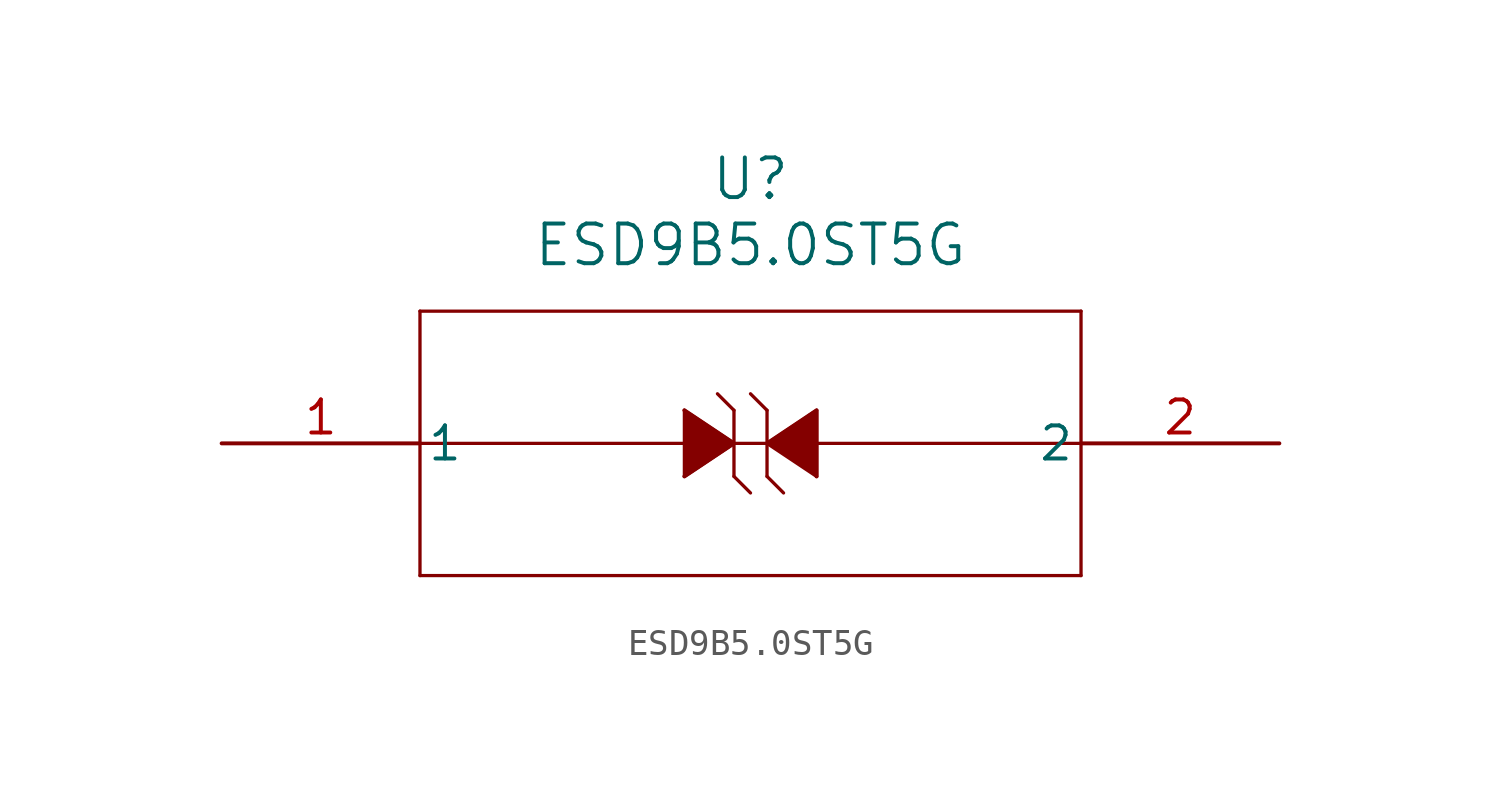
<source format=kicad_sym>
(kicad_symbol_lib
  (version 20211014)
  (generator kicad_symbol_editor)
  (symbol "ESD9B5.0ST5G"
    (pin_names
      (offset 0.254))
    (property "Reference" "U"
      (at 20.32 10.16 0)
      (effects (font (size 1.524 1.524))))
    (property "Value" "ESD9B5.0ST5G"
      (at 20.32 7.62 0)
      (effects (font (size 1.524 1.524))))
    (property "ki_locked" ""
      (at 0 0 0)
      (effects (font (size 1.27 1.27))))
    (symbol "ESD9B5.0ST5G_0_1"
      (polyline (pts (xy 7.62 -5.08) (xy 33.02 -5.08)) (stroke (width 0.127) (type default) (color 0 0 0 0)) (fill (type none)))
      (polyline (pts (xy 7.62 0) (xy 33.02 0)) (stroke (width 0.127) (type default) (color 0 0 0 0)) (fill (type none)))
      (polyline (pts (xy 7.62 5.08) (xy 7.62 -5.08)) (stroke (width 0.127) (type default) (color 0 0 0 0)) (fill (type none)))
      (polyline (pts (xy 17.78 -1.27) (xy 19.685 0)) (stroke (width 0.127) (type default) (color 0 0 0 0)) (fill (type none)))
      (polyline (pts (xy 17.78 1.27) (xy 17.78 -1.27)) (stroke (width 0.127) (type default) (color 0 0 0 0)) (fill (type none)))
      (polyline (pts (xy 19.685 -1.27) (xy 20.32 -1.905)) (stroke (width 0.127) (type default) (color 0 0 0 0)) (fill (type none)))
      (polyline (pts (xy 19.685 0) (xy 17.78 1.27)) (stroke (width 0.127) (type default) (color 0 0 0 0)) (fill (type none)))
      (polyline (pts (xy 19.685 1.27) (xy 19.05 1.905)) (stroke (width 0.127) (type default) (color 0 0 0 0)) (fill (type none)))
      (polyline (pts (xy 19.685 1.27) (xy 19.685 -1.27)) (stroke (width 0.127) (type default) (color 0 0 0 0)) (fill (type none)))
      (polyline (pts (xy 20.955 -1.27) (xy 21.59 -1.905)) (stroke (width 0.127) (type default) (color 0 0 0 0)) (fill (type none)))
      (polyline (pts (xy 20.955 0) (xy 22.86 1.27)) (stroke (width 0.127) (type default) (color 0 0 0 0)) (fill (type none)))
      (polyline (pts (xy 20.955 1.27) (xy 20.32 1.905)) (stroke (width 0.127) (type default) (color 0 0 0 0)) (fill (type none)))
      (polyline (pts (xy 20.955 1.27) (xy 20.955 -1.27)) (stroke (width 0.127) (type default) (color 0 0 0 0)) (fill (type none)))
      (polyline (pts (xy 22.86 -1.27) (xy 20.955 0)) (stroke (width 0.127) (type default) (color 0 0 0 0)) (fill (type none)))
      (polyline (pts (xy 22.86 1.27) (xy 22.86 -1.27)) (stroke (width 0.127) (type default) (color 0 0 0 0)) (fill (type none)))
      (polyline (pts (xy 33.02 -5.08) (xy 33.02 5.08)) (stroke (width 0.127) (type default) (color 0 0 0 0)) (fill (type none)))
      (polyline (pts (xy 33.02 5.08) (xy 7.62 5.08)) (stroke (width 0.127) (type default) (color 0 0 0 0)) (fill (type none)))
      (polyline (pts (xy 17.78 1.27) (xy 19.685 0) (xy 17.78 -1.27)) (stroke (width 0) (type default) (color 0 0 0 0)) (fill (type outline)))
      (polyline (pts (xy 20.955 0) (xy 22.86 1.27) (xy 22.86 -1.27)) (stroke (width 0) (type default) (color 0 0 0 0)) (fill (type outline)))
      (pin unspecified line (at 0 0 0) (length 7.62) (name "1" (effects (font (size 1.27 1.27)))) (number "1" (effects (font (size 1.27 1.27)))))
      (pin unspecified line (at 40.64 0 180) (length 7.62) (name "2" (effects (font (size 1.27 1.27)))) (number "2" (effects (font (size 1.27 1.27))))))))
</source>
